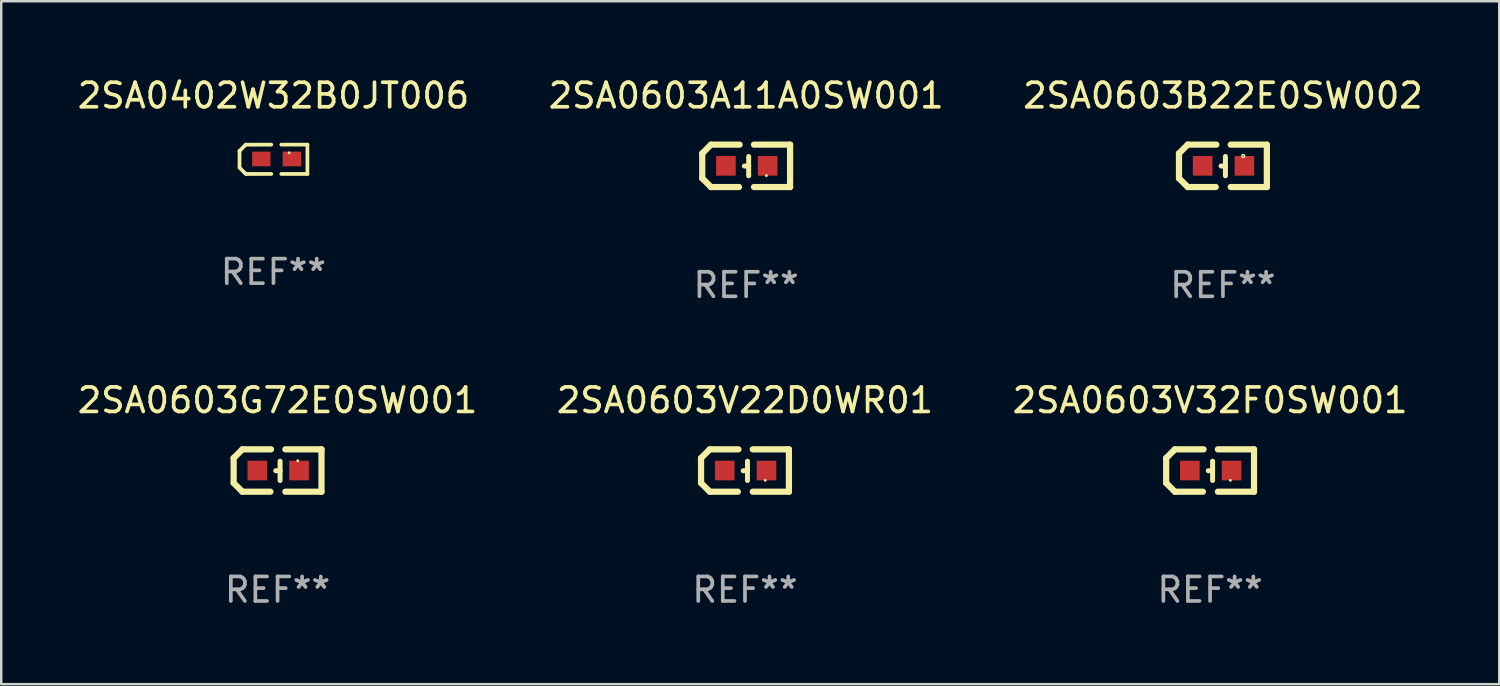
<source format=kicad_pcb>
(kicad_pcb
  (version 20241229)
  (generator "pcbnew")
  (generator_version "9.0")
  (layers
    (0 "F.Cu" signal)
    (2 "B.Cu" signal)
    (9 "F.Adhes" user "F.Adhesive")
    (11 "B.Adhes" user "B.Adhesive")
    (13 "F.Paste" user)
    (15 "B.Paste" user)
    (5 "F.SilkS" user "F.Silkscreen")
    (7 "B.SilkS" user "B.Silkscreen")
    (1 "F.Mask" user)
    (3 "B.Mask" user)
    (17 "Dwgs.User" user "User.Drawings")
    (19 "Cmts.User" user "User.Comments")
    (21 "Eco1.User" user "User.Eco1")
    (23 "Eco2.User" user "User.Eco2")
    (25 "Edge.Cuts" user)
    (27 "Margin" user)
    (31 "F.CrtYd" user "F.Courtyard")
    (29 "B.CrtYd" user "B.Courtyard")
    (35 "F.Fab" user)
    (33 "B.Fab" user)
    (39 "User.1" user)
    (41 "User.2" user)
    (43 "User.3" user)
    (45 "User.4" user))
  (footprint "2SA0402W32B0JT006"
    (layer "F.Cu")
    (at 8.101 3.445)
    (property "Reference" "2SA0402W32B0JT006" (at 0 -2.597 0) (layer "F.SilkS") (effects (font (size 1 1) (thickness 0.15))))
    (attr through_hole)
    (fp_line (start -1.384 -0.343) (end -1.13 -0.597) (stroke (width 0.152) (type solid)) (layer "F.SilkS"))
    (fp_line (start -1.384 0.343) (end -1.384 -0.343) (stroke (width 0.152) (type solid)) (layer "F.SilkS"))
    (fp_line (start -1.143 0.584) (end -1.384 0.343) (stroke (width 0.152) (type solid)) (layer "F.SilkS"))
    (fp_line (start -1.13 -0.597) (end -0.089 -0.597) (stroke (width 0.152) (type solid)) (layer "F.SilkS"))
    (fp_line (start -1.105 0.597) (end -1.143 0.584) (stroke (width 0.152) (type solid)) (layer "F.SilkS"))
    (fp_line (start -1.105 0.597) (end -0.089 0.597) (stroke (width 0.152) (type solid)) (layer "F.SilkS"))
    (fp_line (start 0.318 0.597) (end 1.384 0.597) (stroke (width 0.15) (type solid)) (layer "F.SilkS"))
    (fp_line (start 1.384 -0.597) (end 0.318 -0.597) (stroke (width 0.15) (type solid)) (layer "F.SilkS"))
    (fp_line (start 1.384 0.597) (end 1.384 -0.597) (stroke (width 0.15) (type solid)) (layer "F.SilkS"))
    (fp_circle (center 0.637 -0.264) (end 0.667 -0.264) (stroke (width 0.06) (type solid)) (fill no) (layer "F.SilkS"))
    (fp_text user "REF**" (at 0 4.597 0) (layer "F.Fab") (effects (font (size 1 1) (thickness 0.15))))
    (pad "1" smd rect (at 0.75 -0.014) (size 0.75 0.6) (layers "F.Cu" "F.Mask" "F.Paste"))
    (pad "2" smd rect (at -0.496 -0.014) (size 0.75 0.6) (layers "F.Cu" "F.Mask" "F.Paste")))
  (footprint "2SA0603G72E0SW001"
    (layer "F.Cu")
    (at 8.268 16.136)
    (property "Reference" "2SA0603G72E0SW001" (at 0 -2.864 0) (layer "F.SilkS") (effects (font (size 1 1) (thickness 0.15))))
    (attr through_hole)
    (fp_line (start -1.791 -0.508) (end -1.435 -0.864) (stroke (width 0.254) (type solid)) (layer "F.SilkS"))
    (fp_line (start -1.791 0.508) (end -1.791 -0.508) (stroke (width 0.254) (type solid)) (layer "F.SilkS"))
    (fp_line (start -1.435 0.864) (end -1.791 0.508) (stroke (width 0.254) (type solid)) (layer "F.SilkS"))
    (fp_line (start -0.292 0.864) (end -1.435 0.864) (stroke (width 0.254) (type solid)) (layer "F.SilkS"))
    (fp_line (start -0.267 -0.864) (end -1.435 -0.864) (stroke (width 0.254) (type solid)) (layer "F.SilkS"))
    (fp_line (start 0.102 0.008) (end -0.074 0.008) (stroke (width 0.203) (type solid)) (layer "F.SilkS"))
    (fp_line (start 0.102 0.406) (end 0.102 -0.381) (stroke (width 0.203) (type solid)) (layer "F.SilkS"))
    (fp_line (start 1.791 -0.864) (end 0.318 -0.864) (stroke (width 0.254) (type solid)) (layer "F.SilkS"))
    (fp_line (start 1.791 0.864) (end 0.318 0.864) (stroke (width 0.254) (type solid)) (layer "F.SilkS"))
    (fp_line (start 1.791 0.864) (end 1.791 -0.864) (stroke (width 0.254) (type solid)) (layer "F.SilkS"))
    (fp_circle (center 0.825 -0.4) (end 0.855 -0.4) (stroke (width 0.06) (type solid)) (fill no) (layer "F.SilkS"))
    (fp_text user "REF**" (at 0 4.864 0) (layer "F.Fab") (effects (font (size 1 1) (thickness 0.15))))
    (pad "1" smd rect (at 0.876 0 90) (size 0.8 0.8) (layers "F.Cu" "F.Mask" "F.Paste"))
    (pad "2" smd rect (at -0.826 0 90) (size 0.8 0.8) (layers "F.Cu" "F.Mask" "F.Paste")))
  (footprint "2SA0603V22D0WR01"
    (layer "F.Cu")
    (at 27.327 16.136)
    (property "Reference" "2SA0603V22D0WR01" (at 0 -2.864 0) (layer "F.SilkS") (effects (font (size 1 1) (thickness 0.15))))
    (attr through_hole)
    (fp_line (start -1.791 -0.508) (end -1.435 -0.864) (stroke (width 0.254) (type solid)) (layer "F.SilkS"))
    (fp_line (start -1.791 0.508) (end -1.791 -0.508) (stroke (width 0.254) (type solid)) (layer "F.SilkS"))
    (fp_line (start -1.435 0.864) (end -1.791 0.508) (stroke (width 0.254) (type solid)) (layer "F.SilkS"))
    (fp_line (start -0.292 0.864) (end -1.435 0.864) (stroke (width 0.254) (type solid)) (layer "F.SilkS"))
    (fp_line (start -0.267 -0.864) (end -1.435 -0.864) (stroke (width 0.254) (type solid)) (layer "F.SilkS"))
    (fp_line (start 0.102 0.008) (end -0.074 0.008) (stroke (width 0.203) (type solid)) (layer "F.SilkS"))
    (fp_line (start 0.102 0.406) (end 0.102 -0.381) (stroke (width 0.203) (type solid)) (layer "F.SilkS"))
    (fp_line (start 1.791 -0.864) (end 0.318 -0.864) (stroke (width 0.254) (type solid)) (layer "F.SilkS"))
    (fp_line (start 1.791 0.864) (end 0.318 0.864) (stroke (width 0.254) (type solid)) (layer "F.SilkS"))
    (fp_line (start 1.791 0.864) (end 1.791 -0.864) (stroke (width 0.254) (type solid)) (layer "F.SilkS"))
    (fp_circle (center 0.825 0.4) (end 0.855 0.4) (stroke (width 0.06) (type solid)) (fill no) (layer "F.SilkS"))
    (fp_text user "REF**" (at 0 4.864 0) (layer "F.Fab") (effects (font (size 1 1) (thickness 0.15))))
    (pad "1" smd rect (at 0.876 0 90) (size 0.8 0.8) (layers "F.Cu" "F.Mask" "F.Paste"))
    (pad "2" smd rect (at -0.826 0 90) (size 0.8 0.8) (layers "F.Cu" "F.Mask" "F.Paste")))
  (footprint "2SA0603B22E0SW002"
    (layer "F.Cu")
    (at 46.815 3.712)
    (property "Reference" "2SA0603B22E0SW002" (at 0 -2.864 0) (layer "F.SilkS") (effects (font (size 1 1) (thickness 0.15))))
    (attr through_hole)
    (fp_line (start -1.791 -0.508) (end -1.435 -0.864) (stroke (width 0.254) (type solid)) (layer "F.SilkS"))
    (fp_line (start -1.791 0.508) (end -1.791 -0.508) (stroke (width 0.254) (type solid)) (layer "F.SilkS"))
    (fp_line (start -1.435 0.864) (end -1.791 0.508) (stroke (width 0.254) (type solid)) (layer "F.SilkS"))
    (fp_line (start -0.292 0.864) (end -1.435 0.864) (stroke (width 0.254) (type solid)) (layer "F.SilkS"))
    (fp_line (start -0.267 -0.864) (end -1.435 -0.864) (stroke (width 0.254) (type solid)) (layer "F.SilkS"))
    (fp_line (start 0.102 0.008) (end -0.074 0.008) (stroke (width 0.203) (type solid)) (layer "F.SilkS"))
    (fp_line (start 0.102 0.406) (end 0.102 -0.381) (stroke (width 0.203) (type solid)) (layer "F.SilkS"))
    (fp_line (start 1.791 -0.864) (end 0.318 -0.864) (stroke (width 0.254) (type solid)) (layer "F.SilkS"))
    (fp_line (start 1.791 0.864) (end 0.318 0.864) (stroke (width 0.254) (type solid)) (layer "F.SilkS"))
    (fp_line (start 1.791 0.864) (end 1.791 -0.864) (stroke (width 0.254) (type solid)) (layer "F.SilkS"))
    (fp_circle (center 0.826 -0.4) (end 0.855 -0.4) (stroke (width 0.06) (type solid)) (fill no) (layer "F.SilkS"))
    (fp_text user "REF**" (at 0 4.864 0) (layer "F.Fab") (effects (font (size 1 1) (thickness 0.15))))
    (pad "1" smd rect (at 0.876 0 90) (size 0.8 0.8) (layers "F.Cu" "F.Mask" "F.Paste"))
    (pad "2" smd rect (at -0.826 0 90) (size 0.8 0.8) (layers "F.Cu" "F.Mask" "F.Paste")))
  (footprint "2SA0603A11A0SW001"
    (layer "F.Cu")
    (at 27.375 3.712)
    (property "Reference" "2SA0603A11A0SW001" (at 0 -2.864 0) (layer "F.SilkS") (effects (font (size 1 1) (thickness 0.15))))
    (attr through_hole)
    (fp_line (start -1.791 -0.508) (end -1.435 -0.864) (stroke (width 0.254) (type solid)) (layer "F.SilkS"))
    (fp_line (start -1.791 0.508) (end -1.791 -0.508) (stroke (width 0.254) (type solid)) (layer "F.SilkS"))
    (fp_line (start -1.435 0.864) (end -1.791 0.508) (stroke (width 0.254) (type solid)) (layer "F.SilkS"))
    (fp_line (start -0.292 0.864) (end -1.435 0.864) (stroke (width 0.254) (type solid)) (layer "F.SilkS"))
    (fp_line (start -0.267 -0.864) (end -1.435 -0.864) (stroke (width 0.254) (type solid)) (layer "F.SilkS"))
    (fp_line (start 0.102 0.008) (end -0.074 0.008) (stroke (width 0.203) (type solid)) (layer "F.SilkS"))
    (fp_line (start 0.102 0.406) (end 0.102 -0.381) (stroke (width 0.203) (type solid)) (layer "F.SilkS"))
    (fp_line (start 1.791 -0.864) (end 0.318 -0.864) (stroke (width 0.254) (type solid)) (layer "F.SilkS"))
    (fp_line (start 1.791 0.864) (end 0.318 0.864) (stroke (width 0.254) (type solid)) (layer "F.SilkS"))
    (fp_line (start 1.791 0.864) (end 1.791 -0.864) (stroke (width 0.254) (type solid)) (layer "F.SilkS"))
    (fp_circle (center 0.825 0.4) (end 0.855 0.4) (stroke (width 0.06) (type solid)) (fill no) (layer "F.SilkS"))
    (fp_text user "REF**" (at 0 4.864 0) (layer "F.Fab") (effects (font (size 1 1) (thickness 0.15))))
    (pad "1" smd rect (at 0.876 0 90) (size 0.8 0.8) (layers "F.Cu" "F.Mask" "F.Paste"))
    (pad "2" smd rect (at -0.826 0 90) (size 0.8 0.8) (layers "F.Cu" "F.Mask" "F.Paste")))
  (footprint "2SA0603V32F0SW001"
    (layer "F.Cu")
    (at 46.292 16.136)
    (property "Reference" "2SA0603V32F0SW001" (at 0 -2.864 0) (layer "F.SilkS") (effects (font (size 1 1) (thickness 0.15))))
    (attr through_hole)
    (fp_line (start -1.791 -0.508) (end -1.435 -0.864) (stroke (width 0.254) (type solid)) (layer "F.SilkS"))
    (fp_line (start -1.791 0.508) (end -1.791 -0.508) (stroke (width 0.254) (type solid)) (layer "F.SilkS"))
    (fp_line (start -1.435 0.864) (end -1.791 0.508) (stroke (width 0.254) (type solid)) (layer "F.SilkS"))
    (fp_line (start -0.292 0.864) (end -1.435 0.864) (stroke (width 0.254) (type solid)) (layer "F.SilkS"))
    (fp_line (start -0.267 -0.864) (end -1.435 -0.864) (stroke (width 0.254) (type solid)) (layer "F.SilkS"))
    (fp_line (start 0.102 0.008) (end -0.074 0.008) (stroke (width 0.203) (type solid)) (layer "F.SilkS"))
    (fp_line (start 0.102 0.406) (end 0.102 -0.381) (stroke (width 0.203) (type solid)) (layer "F.SilkS"))
    (fp_line (start 1.791 -0.864) (end 0.318 -0.864) (stroke (width 0.254) (type solid)) (layer "F.SilkS"))
    (fp_line (start 1.791 0.864) (end 0.318 0.864) (stroke (width 0.254) (type solid)) (layer "F.SilkS"))
    (fp_line (start 1.791 0.864) (end 1.791 -0.864) (stroke (width 0.254) (type solid)) (layer "F.SilkS"))
    (fp_circle (center 0.825 0.4) (end 0.855 0.4) (stroke (width 0.06) (type solid)) (fill no) (layer "F.SilkS"))
    (fp_text user "REF**" (at 0 4.864 0) (layer "F.Fab") (effects (font (size 1 1) (thickness 0.15))))
    (pad "1" smd rect (at 0.876 0 90) (size 0.8 0.8) (layers "F.Cu" "F.Mask" "F.Paste"))
    (pad "2" smd rect (at -0.826 0 90) (size 0.8 0.8) (layers "F.Cu" "F.Mask" "F.Paste")))
  (gr_rect
    (start -3 -3)
    (end 58.083 24.847)
    (stroke (width 0.1) (type default))
    (fill no)
    (layer "Edge.Cuts")))
</source>
